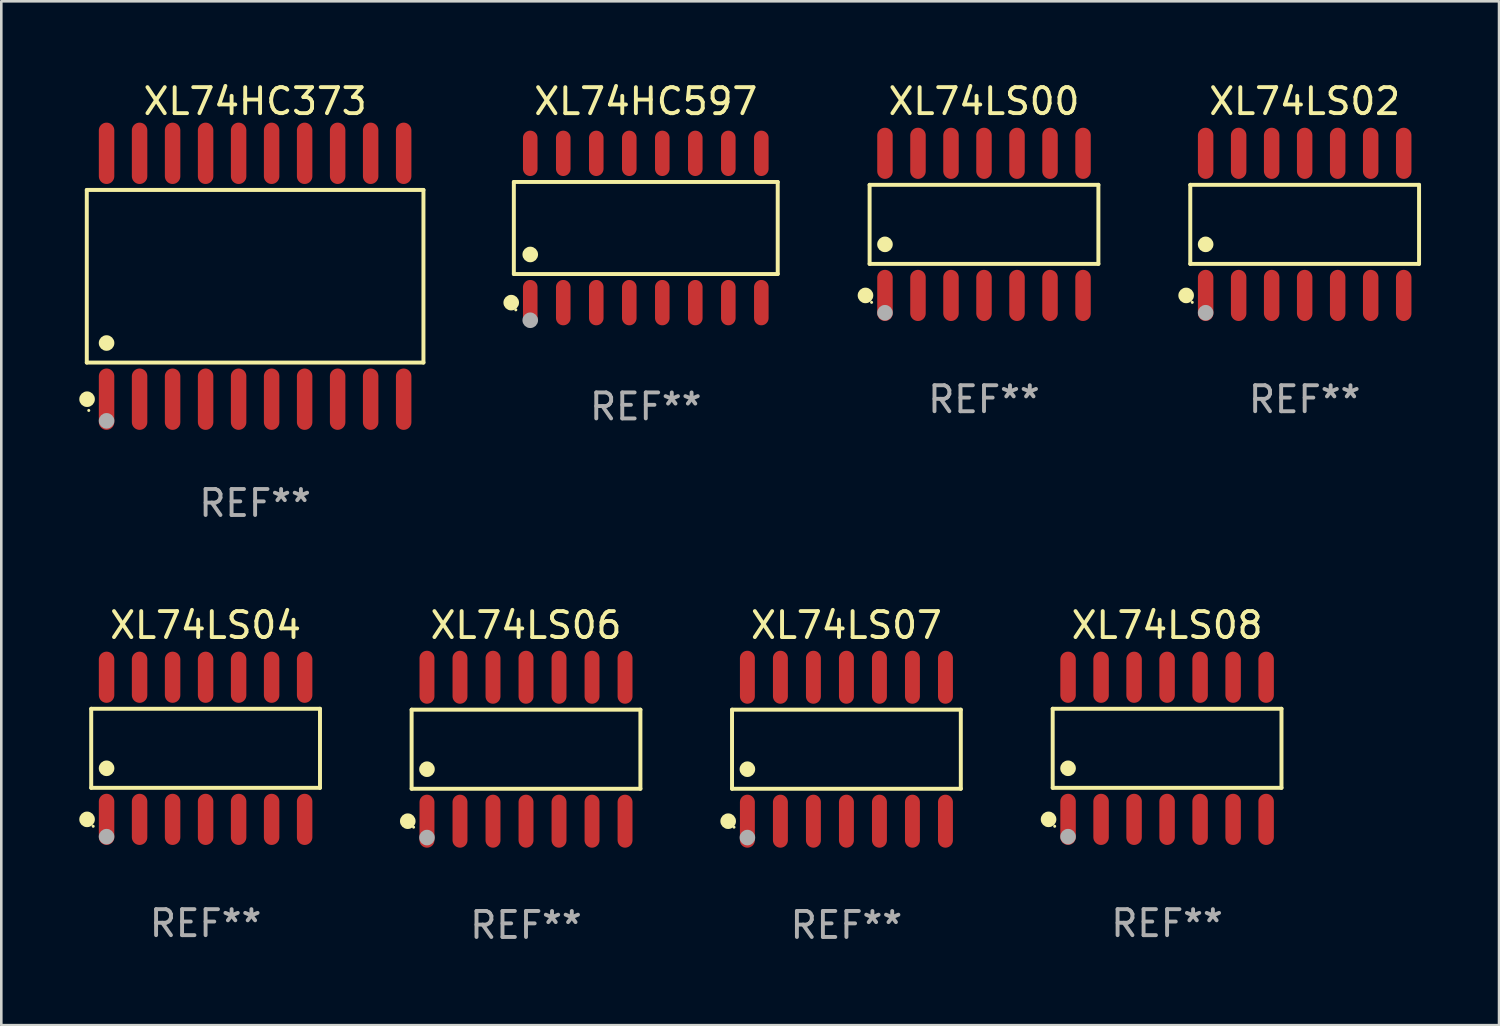
<source format=kicad_pcb>
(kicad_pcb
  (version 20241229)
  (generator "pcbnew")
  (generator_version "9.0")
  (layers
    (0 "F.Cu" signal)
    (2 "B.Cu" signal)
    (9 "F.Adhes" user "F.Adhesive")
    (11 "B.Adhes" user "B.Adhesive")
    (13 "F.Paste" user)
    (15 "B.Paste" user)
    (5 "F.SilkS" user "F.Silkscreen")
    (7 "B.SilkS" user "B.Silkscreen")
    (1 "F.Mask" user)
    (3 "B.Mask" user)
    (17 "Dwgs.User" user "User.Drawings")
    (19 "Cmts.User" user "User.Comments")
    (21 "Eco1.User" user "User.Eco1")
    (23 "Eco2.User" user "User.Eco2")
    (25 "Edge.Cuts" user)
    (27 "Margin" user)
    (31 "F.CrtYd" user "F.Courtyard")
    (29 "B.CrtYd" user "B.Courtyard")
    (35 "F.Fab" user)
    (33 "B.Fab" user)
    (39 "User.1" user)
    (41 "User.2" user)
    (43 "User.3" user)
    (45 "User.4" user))
  (footprint "XL74HC597"
    (layer "F.Cu")
    (at 21.795 5.721)
    (property "Reference" "XL74HC597" (at 0 -4.872 0) (layer "F.SilkS") (effects (font (size 1 1) (thickness 0.15))))
    (attr through_hole)
    (fp_line (start -5.076 -1.771) (end 5.076 -1.771) (stroke (width 0.152) (type solid)) (layer "F.SilkS"))
    (fp_line (start -5.076 1.771) (end -5.076 -1.771) (stroke (width 0.152) (type solid)) (layer "F.SilkS"))
    (fp_line (start 5.076 -1.771) (end 5.076 1.771) (stroke (width 0.152) (type solid)) (layer "F.SilkS"))
    (fp_line (start 5.076 1.771) (end -5.076 1.771) (stroke (width 0.152) (type solid)) (layer "F.SilkS"))
    (fp_circle (center -5.177 2.872) (end -5.027 2.872) (stroke (width 0.3) (type solid)) (fill no) (layer "F.SilkS"))
    (fp_circle (center -5 3.15) (end -4.97 3.15) (stroke (width 0.06) (type solid)) (fill no) (layer "F.SilkS"))
    (fp_circle (center -4.445 1.019) (end -4.295 1.019) (stroke (width 0.3) (type solid)) (fill no) (layer "F.SilkS"))
    (fp_circle (center -4.445 3.55) (end -4.295 3.55) (stroke (width 0.3) (type solid)) (fill no) (layer "F.Fab"))
    (fp_text user "REF**" (at 0 6.872 0) (layer "F.Fab") (effects (font (size 1 1) (thickness 0.15))))
    (pad "1" smd oval (at -4.445 2.872) (size 0.56 1.745) (layers "F.Cu" "F.Mask" "F.Paste"))
    (pad "2" smd oval (at -3.175 2.872) (size 0.56 1.745) (layers "F.Cu" "F.Mask" "F.Paste"))
    (pad "3" smd oval (at -1.905 2.872) (size 0.56 1.745) (layers "F.Cu" "F.Mask" "F.Paste"))
    (pad "4" smd oval (at -0.635 2.872) (size 0.56 1.745) (layers "F.Cu" "F.Mask" "F.Paste"))
    (pad "5" smd oval (at 0.635 2.872) (size 0.56 1.745) (layers "F.Cu" "F.Mask" "F.Paste"))
    (pad "6" smd oval (at 1.905 2.872) (size 0.56 1.745) (layers "F.Cu" "F.Mask" "F.Paste"))
    (pad "7" smd oval (at 3.175 2.872) (size 0.56 1.745) (layers "F.Cu" "F.Mask" "F.Paste"))
    (pad "8" smd oval (at 4.445 2.872) (size 0.56 1.745) (layers "F.Cu" "F.Mask" "F.Paste"))
    (pad "9" smd oval (at 4.445 -2.872) (size 0.56 1.745) (layers "F.Cu" "F.Mask" "F.Paste"))
    (pad "10" smd oval (at 3.175 -2.872) (size 0.56 1.745) (layers "F.Cu" "F.Mask" "F.Paste"))
    (pad "11" smd oval (at 1.905 -2.872) (size 0.56 1.745) (layers "F.Cu" "F.Mask" "F.Paste"))
    (pad "12" smd oval (at 0.635 -2.872) (size 0.56 1.745) (layers "F.Cu" "F.Mask" "F.Paste"))
    (pad "13" smd oval (at -0.635 -2.872) (size 0.56 1.745) (layers "F.Cu" "F.Mask" "F.Paste"))
    (pad "14" smd oval (at -1.905 -2.872) (size 0.56 1.745) (layers "F.Cu" "F.Mask" "F.Paste"))
    (pad "15" smd oval (at -3.175 -2.872) (size 0.56 1.745) (layers "F.Cu" "F.Mask" "F.Paste"))
    (pad "16" smd oval (at -4.445 -2.872) (size 0.56 1.745) (layers "F.Cu" "F.Mask" "F.Paste")))
  (footprint "XL74LS08"
    (layer "F.Cu")
    (at 41.851 25.739)
    (property "Reference" "XL74LS08" (at 0 -4.734 0) (layer "F.SilkS") (effects (font (size 1 1) (thickness 0.15))))
    (attr through_hole)
    (fp_line (start -4.401 -1.521) (end 4.401 -1.521) (stroke (width 0.152) (type solid)) (layer "F.SilkS"))
    (fp_line (start -4.401 1.521) (end -4.401 -1.521) (stroke (width 0.152) (type solid)) (layer "F.SilkS"))
    (fp_line (start 4.401 -1.521) (end 4.401 1.521) (stroke (width 0.152) (type solid)) (layer "F.SilkS"))
    (fp_line (start 4.401 1.521) (end -4.401 1.521) (stroke (width 0.152) (type solid)) (layer "F.SilkS"))
    (fp_circle (center -4.56 2.734) (end -4.41 2.734) (stroke (width 0.3) (type solid)) (fill no) (layer "F.SilkS"))
    (fp_circle (center -4.325 3) (end -4.295 3) (stroke (width 0.06) (type solid)) (fill no) (layer "F.SilkS"))
    (fp_circle (center -3.81 0.769) (end -3.66 0.769) (stroke (width 0.3) (type solid)) (fill no) (layer "F.SilkS"))
    (fp_circle (center -3.81 3.4) (end -3.66 3.4) (stroke (width 0.3) (type solid)) (fill no) (layer "F.Fab"))
    (fp_text user "REF**" (at 0 6.734 0) (layer "F.Fab") (effects (font (size 1 1) (thickness 0.15))))
    (pad "1" smd oval (at -3.81 2.734) (size 0.595 1.968) (layers "F.Cu" "F.Mask" "F.Paste"))
    (pad "2" smd oval (at -2.54 2.734) (size 0.595 1.968) (layers "F.Cu" "F.Mask" "F.Paste"))
    (pad "3" smd oval (at -1.27 2.734) (size 0.595 1.968) (layers "F.Cu" "F.Mask" "F.Paste"))
    (pad "4" smd oval (at 0 2.734) (size 0.595 1.968) (layers "F.Cu" "F.Mask" "F.Paste"))
    (pad "5" smd oval (at 1.27 2.734) (size 0.595 1.968) (layers "F.Cu" "F.Mask" "F.Paste"))
    (pad "6" smd oval (at 2.54 2.734) (size 0.595 1.968) (layers "F.Cu" "F.Mask" "F.Paste"))
    (pad "7" smd oval (at 3.81 2.734) (size 0.595 1.968) (layers "F.Cu" "F.Mask" "F.Paste"))
    (pad "8" smd oval (at 3.81 -2.734) (size 0.595 1.968) (layers "F.Cu" "F.Mask" "F.Paste"))
    (pad "9" smd oval (at 2.54 -2.734) (size 0.595 1.968) (layers "F.Cu" "F.Mask" "F.Paste"))
    (pad "10" smd oval (at 1.27 -2.734) (size 0.595 1.968) (layers "F.Cu" "F.Mask" "F.Paste"))
    (pad "11" smd oval (at 0 -2.734) (size 0.595 1.968) (layers "F.Cu" "F.Mask" "F.Paste"))
    (pad "12" smd oval (at -1.27 -2.734) (size 0.595 1.968) (layers "F.Cu" "F.Mask" "F.Paste"))
    (pad "13" smd oval (at -2.54 -2.734) (size 0.595 1.968) (layers "F.Cu" "F.Mask" "F.Paste"))
    (pad "14" smd oval (at -3.81 -2.734) (size 0.595 1.968) (layers "F.Cu" "F.Mask" "F.Paste")))
  (footprint "XL74LS07"
    (layer "F.Cu")
    (at 29.514 25.774)
    (property "Reference" "XL74LS07" (at 0 -4.769 0) (layer "F.SilkS") (effects (font (size 1 1) (thickness 0.15))))
    (attr through_hole)
    (fp_line (start -4.401 -1.521) (end 4.401 -1.521) (stroke (width 0.152) (type solid)) (layer "F.SilkS"))
    (fp_line (start -4.401 1.521) (end -4.401 -1.521) (stroke (width 0.152) (type solid)) (layer "F.SilkS"))
    (fp_line (start 4.401 -1.521) (end 4.401 1.521) (stroke (width 0.152) (type solid)) (layer "F.SilkS"))
    (fp_line (start 4.401 1.521) (end -4.401 1.521) (stroke (width 0.152) (type solid)) (layer "F.SilkS"))
    (fp_circle (center -4.549 2.769) (end -4.399 2.769) (stroke (width 0.3) (type solid)) (fill no) (layer "F.SilkS"))
    (fp_circle (center -4.325 3) (end -4.295 3) (stroke (width 0.06) (type solid)) (fill no) (layer "F.SilkS"))
    (fp_circle (center -3.81 0.769) (end -3.66 0.769) (stroke (width 0.3) (type solid)) (fill no) (layer "F.SilkS"))
    (fp_circle (center -3.81 3.4) (end -3.66 3.4) (stroke (width 0.3) (type solid)) (fill no) (layer "F.Fab"))
    (fp_text user "REF**" (at 0 6.769 0) (layer "F.Fab") (effects (font (size 1 1) (thickness 0.15))))
    (pad "1" smd oval (at -3.81 2.769) (size 0.574 2.038) (layers "F.Cu" "F.Mask" "F.Paste"))
    (pad "2" smd oval (at -2.54 2.769) (size 0.574 2.038) (layers "F.Cu" "F.Mask" "F.Paste"))
    (pad "3" smd oval (at -1.27 2.769) (size 0.574 2.038) (layers "F.Cu" "F.Mask" "F.Paste"))
    (pad "4" smd oval (at 0 2.769) (size 0.574 2.038) (layers "F.Cu" "F.Mask" "F.Paste"))
    (pad "5" smd oval (at 1.27 2.769) (size 0.574 2.038) (layers "F.Cu" "F.Mask" "F.Paste"))
    (pad "6" smd oval (at 2.54 2.769) (size 0.574 2.038) (layers "F.Cu" "F.Mask" "F.Paste"))
    (pad "7" smd oval (at 3.81 2.769) (size 0.574 2.038) (layers "F.Cu" "F.Mask" "F.Paste"))
    (pad "8" smd oval (at 3.81 -2.769) (size 0.574 2.038) (layers "F.Cu" "F.Mask" "F.Paste"))
    (pad "9" smd oval (at 2.54 -2.769) (size 0.574 2.038) (layers "F.Cu" "F.Mask" "F.Paste"))
    (pad "10" smd oval (at 1.27 -2.769) (size 0.574 2.038) (layers "F.Cu" "F.Mask" "F.Paste"))
    (pad "11" smd oval (at 0 -2.769) (size 0.574 2.038) (layers "F.Cu" "F.Mask" "F.Paste"))
    (pad "12" smd oval (at -1.27 -2.769) (size 0.574 2.038) (layers "F.Cu" "F.Mask" "F.Paste"))
    (pad "13" smd oval (at -2.54 -2.769) (size 0.574 2.038) (layers "F.Cu" "F.Mask" "F.Paste"))
    (pad "14" smd oval (at -3.81 -2.769) (size 0.574 2.038) (layers "F.Cu" "F.Mask" "F.Paste")))
  (footprint "XL74HC373"
    (layer "F.Cu")
    (at 6.765 7.578)
    (property "Reference" "XL74HC373" (at 0 -6.73 0) (layer "F.SilkS") (effects (font (size 1 1) (thickness 0.15))))
    (attr through_hole)
    (fp_line (start -6.476 -3.321) (end 6.476 -3.321) (stroke (width 0.152) (type solid)) (layer "F.SilkS"))
    (fp_line (start -6.476 3.321) (end -6.476 -3.321) (stroke (width 0.152) (type solid)) (layer "F.SilkS"))
    (fp_line (start 6.476 -3.321) (end 6.476 3.321) (stroke (width 0.152) (type solid)) (layer "F.SilkS"))
    (fp_line (start 6.476 3.321) (end -6.476 3.321) (stroke (width 0.152) (type solid)) (layer "F.SilkS"))
    (fp_circle (center -6.465 4.73) (end -6.315 4.73) (stroke (width 0.3) (type solid)) (fill no) (layer "F.SilkS"))
    (fp_circle (center -6.4 5.163) (end -6.37 5.163) (stroke (width 0.06) (type solid)) (fill no) (layer "F.SilkS"))
    (fp_circle (center -5.715 2.569) (end -5.565 2.569) (stroke (width 0.3) (type solid)) (fill no) (layer "F.SilkS"))
    (fp_circle (center -5.715 5.563) (end -5.565 5.563) (stroke (width 0.3) (type solid)) (fill no) (layer "F.Fab"))
    (fp_text user "REF**" (at 0 8.73 0) (layer "F.Fab") (effects (font (size 1 1) (thickness 0.15))))
    (pad "1" smd oval (at -5.715 4.73) (size 0.595 2.36) (layers "F.Cu" "F.Mask" "F.Paste"))
    (pad "2" smd oval (at -4.445 4.73) (size 0.595 2.36) (layers "F.Cu" "F.Mask" "F.Paste"))
    (pad "3" smd oval (at -3.175 4.73) (size 0.595 2.36) (layers "F.Cu" "F.Mask" "F.Paste"))
    (pad "4" smd oval (at -1.905 4.73) (size 0.595 2.36) (layers "F.Cu" "F.Mask" "F.Paste"))
    (pad "5" smd oval (at -0.635 4.73) (size 0.595 2.36) (layers "F.Cu" "F.Mask" "F.Paste"))
    (pad "6" smd oval (at 0.635 4.73) (size 0.595 2.36) (layers "F.Cu" "F.Mask" "F.Paste"))
    (pad "7" smd oval (at 1.905 4.73) (size 0.595 2.36) (layers "F.Cu" "F.Mask" "F.Paste"))
    (pad "8" smd oval (at 3.175 4.73) (size 0.595 2.36) (layers "F.Cu" "F.Mask" "F.Paste"))
    (pad "9" smd oval (at 4.445 4.73) (size 0.595 2.36) (layers "F.Cu" "F.Mask" "F.Paste"))
    (pad "10" smd oval (at 5.715 4.73) (size 0.595 2.36) (layers "F.Cu" "F.Mask" "F.Paste"))
    (pad "11" smd oval (at 5.715 -4.73) (size 0.595 2.36) (layers "F.Cu" "F.Mask" "F.Paste"))
    (pad "12" smd oval (at 4.445 -4.73) (size 0.595 2.36) (layers "F.Cu" "F.Mask" "F.Paste"))
    (pad "13" smd oval (at 3.175 -4.73) (size 0.595 2.36) (layers "F.Cu" "F.Mask" "F.Paste"))
    (pad "14" smd oval (at 1.905 -4.73) (size 0.595 2.36) (layers "F.Cu" "F.Mask" "F.Paste"))
    (pad "15" smd oval (at 0.635 -4.73) (size 0.595 2.36) (layers "F.Cu" "F.Mask" "F.Paste"))
    (pad "16" smd oval (at -0.635 -4.73) (size 0.595 2.36) (layers "F.Cu" "F.Mask" "F.Paste"))
    (pad "17" smd oval (at -1.905 -4.73) (size 0.595 2.36) (layers "F.Cu" "F.Mask" "F.Paste"))
    (pad "18" smd oval (at -3.175 -4.73) (size 0.595 2.36) (layers "F.Cu" "F.Mask" "F.Paste"))
    (pad "19" smd oval (at -4.445 -4.73) (size 0.595 2.36) (layers "F.Cu" "F.Mask" "F.Paste"))
    (pad "20" smd oval (at -5.715 -4.73) (size 0.595 2.36) (layers "F.Cu" "F.Mask" "F.Paste")))
  (footprint "XL74LS00"
    (layer "F.Cu")
    (at 34.807 5.582)
    (property "Reference" "XL74LS00" (at 0 -4.734 0) (layer "F.SilkS") (effects (font (size 1 1) (thickness 0.15))))
    (attr through_hole)
    (fp_line (start -4.401 -1.521) (end 4.401 -1.521) (stroke (width 0.152) (type solid)) (layer "F.SilkS"))
    (fp_line (start -4.401 1.521) (end -4.401 -1.521) (stroke (width 0.152) (type solid)) (layer "F.SilkS"))
    (fp_line (start 4.401 -1.521) (end 4.401 1.521) (stroke (width 0.152) (type solid)) (layer "F.SilkS"))
    (fp_line (start 4.401 1.521) (end -4.401 1.521) (stroke (width 0.152) (type solid)) (layer "F.SilkS"))
    (fp_circle (center -4.56 2.734) (end -4.41 2.734) (stroke (width 0.3) (type solid)) (fill no) (layer "F.SilkS"))
    (fp_circle (center -4.325 3) (end -4.295 3) (stroke (width 0.06) (type solid)) (fill no) (layer "F.SilkS"))
    (fp_circle (center -3.81 0.769) (end -3.66 0.769) (stroke (width 0.3) (type solid)) (fill no) (layer "F.SilkS"))
    (fp_circle (center -3.81 3.4) (end -3.66 3.4) (stroke (width 0.3) (type solid)) (fill no) (layer "F.Fab"))
    (fp_text user "REF**" (at 0 6.734 0) (layer "F.Fab") (effects (font (size 1 1) (thickness 0.15))))
    (pad "1" smd oval (at -3.81 2.734) (size 0.595 1.968) (layers "F.Cu" "F.Mask" "F.Paste"))
    (pad "2" smd oval (at -2.54 2.734) (size 0.595 1.968) (layers "F.Cu" "F.Mask" "F.Paste"))
    (pad "3" smd oval (at -1.27 2.734) (size 0.595 1.968) (layers "F.Cu" "F.Mask" "F.Paste"))
    (pad "4" smd oval (at 0 2.734) (size 0.595 1.968) (layers "F.Cu" "F.Mask" "F.Paste"))
    (pad "5" smd oval (at 1.27 2.734) (size 0.595 1.968) (layers "F.Cu" "F.Mask" "F.Paste"))
    (pad "6" smd oval (at 2.54 2.734) (size 0.595 1.968) (layers "F.Cu" "F.Mask" "F.Paste"))
    (pad "7" smd oval (at 3.81 2.734) (size 0.595 1.968) (layers "F.Cu" "F.Mask" "F.Paste"))
    (pad "8" smd oval (at 3.81 -2.734) (size 0.595 1.968) (layers "F.Cu" "F.Mask" "F.Paste"))
    (pad "9" smd oval (at 2.54 -2.734) (size 0.595 1.968) (layers "F.Cu" "F.Mask" "F.Paste"))
    (pad "10" smd oval (at 1.27 -2.734) (size 0.595 1.968) (layers "F.Cu" "F.Mask" "F.Paste"))
    (pad "11" smd oval (at 0 -2.734) (size 0.595 1.968) (layers "F.Cu" "F.Mask" "F.Paste"))
    (pad "12" smd oval (at -1.27 -2.734) (size 0.595 1.968) (layers "F.Cu" "F.Mask" "F.Paste"))
    (pad "13" smd oval (at -2.54 -2.734) (size 0.595 1.968) (layers "F.Cu" "F.Mask" "F.Paste"))
    (pad "14" smd oval (at -3.81 -2.734) (size 0.595 1.968) (layers "F.Cu" "F.Mask" "F.Paste")))
  (footprint "XL74LS04"
    (layer "F.Cu")
    (at 4.86 25.739)
    (property "Reference" "XL74LS04" (at 0 -4.734 0) (layer "F.SilkS") (effects (font (size 1 1) (thickness 0.15))))
    (attr through_hole)
    (fp_line (start -4.401 -1.521) (end 4.401 -1.521) (stroke (width 0.152) (type solid)) (layer "F.SilkS"))
    (fp_line (start -4.401 1.521) (end -4.401 -1.521) (stroke (width 0.152) (type solid)) (layer "F.SilkS"))
    (fp_line (start 4.401 -1.521) (end 4.401 1.521) (stroke (width 0.152) (type solid)) (layer "F.SilkS"))
    (fp_line (start 4.401 1.521) (end -4.401 1.521) (stroke (width 0.152) (type solid)) (layer "F.SilkS"))
    (fp_circle (center -4.56 2.734) (end -4.41 2.734) (stroke (width 0.3) (type solid)) (fill no) (layer "F.SilkS"))
    (fp_circle (center -4.325 3) (end -4.295 3) (stroke (width 0.06) (type solid)) (fill no) (layer "F.SilkS"))
    (fp_circle (center -3.81 0.769) (end -3.66 0.769) (stroke (width 0.3) (type solid)) (fill no) (layer "F.SilkS"))
    (fp_circle (center -3.81 3.4) (end -3.66 3.4) (stroke (width 0.3) (type solid)) (fill no) (layer "F.Fab"))
    (fp_text user "REF**" (at 0 6.734 0) (layer "F.Fab") (effects (font (size 1 1) (thickness 0.15))))
    (pad "1" smd oval (at -3.81 2.734) (size 0.595 1.968) (layers "F.Cu" "F.Mask" "F.Paste"))
    (pad "2" smd oval (at -2.54 2.734) (size 0.595 1.968) (layers "F.Cu" "F.Mask" "F.Paste"))
    (pad "3" smd oval (at -1.27 2.734) (size 0.595 1.968) (layers "F.Cu" "F.Mask" "F.Paste"))
    (pad "4" smd oval (at 0 2.734) (size 0.595 1.968) (layers "F.Cu" "F.Mask" "F.Paste"))
    (pad "5" smd oval (at 1.27 2.734) (size 0.595 1.968) (layers "F.Cu" "F.Mask" "F.Paste"))
    (pad "6" smd oval (at 2.54 2.734) (size 0.595 1.968) (layers "F.Cu" "F.Mask" "F.Paste"))
    (pad "7" smd oval (at 3.81 2.734) (size 0.595 1.968) (layers "F.Cu" "F.Mask" "F.Paste"))
    (pad "8" smd oval (at 3.81 -2.734) (size 0.595 1.968) (layers "F.Cu" "F.Mask" "F.Paste"))
    (pad "9" smd oval (at 2.54 -2.734) (size 0.595 1.968) (layers "F.Cu" "F.Mask" "F.Paste"))
    (pad "10" smd oval (at 1.27 -2.734) (size 0.595 1.968) (layers "F.Cu" "F.Mask" "F.Paste"))
    (pad "11" smd oval (at 0 -2.734) (size 0.595 1.968) (layers "F.Cu" "F.Mask" "F.Paste"))
    (pad "12" smd oval (at -1.27 -2.734) (size 0.595 1.968) (layers "F.Cu" "F.Mask" "F.Paste"))
    (pad "13" smd oval (at -2.54 -2.734) (size 0.595 1.968) (layers "F.Cu" "F.Mask" "F.Paste"))
    (pad "14" smd oval (at -3.81 -2.734) (size 0.595 1.968) (layers "F.Cu" "F.Mask" "F.Paste")))
  (footprint "XL74LS06"
    (layer "F.Cu")
    (at 17.187 25.774)
    (property "Reference" "XL74LS06" (at 0 -4.769 0) (layer "F.SilkS") (effects (font (size 1 1) (thickness 0.15))))
    (attr through_hole)
    (fp_line (start -4.401 -1.521) (end 4.401 -1.521) (stroke (width 0.152) (type solid)) (layer "F.SilkS"))
    (fp_line (start -4.401 1.521) (end -4.401 -1.521) (stroke (width 0.152) (type solid)) (layer "F.SilkS"))
    (fp_line (start 4.401 -1.521) (end 4.401 1.521) (stroke (width 0.152) (type solid)) (layer "F.SilkS"))
    (fp_line (start 4.401 1.521) (end -4.401 1.521) (stroke (width 0.152) (type solid)) (layer "F.SilkS"))
    (fp_circle (center -4.549 2.769) (end -4.399 2.769) (stroke (width 0.3) (type solid)) (fill no) (layer "F.SilkS"))
    (fp_circle (center -4.325 3) (end -4.295 3) (stroke (width 0.06) (type solid)) (fill no) (layer "F.SilkS"))
    (fp_circle (center -3.81 0.769) (end -3.66 0.769) (stroke (width 0.3) (type solid)) (fill no) (layer "F.SilkS"))
    (fp_circle (center -3.81 3.4) (end -3.66 3.4) (stroke (width 0.3) (type solid)) (fill no) (layer "F.Fab"))
    (fp_text user "REF**" (at 0 6.769 0) (layer "F.Fab") (effects (font (size 1 1) (thickness 0.15))))
    (pad "1" smd oval (at -3.81 2.769) (size 0.574 2.038) (layers "F.Cu" "F.Mask" "F.Paste"))
    (pad "2" smd oval (at -2.54 2.769) (size 0.574 2.038) (layers "F.Cu" "F.Mask" "F.Paste"))
    (pad "3" smd oval (at -1.27 2.769) (size 0.574 2.038) (layers "F.Cu" "F.Mask" "F.Paste"))
    (pad "4" smd oval (at 0 2.769) (size 0.574 2.038) (layers "F.Cu" "F.Mask" "F.Paste"))
    (pad "5" smd oval (at 1.27 2.769) (size 0.574 2.038) (layers "F.Cu" "F.Mask" "F.Paste"))
    (pad "6" smd oval (at 2.54 2.769) (size 0.574 2.038) (layers "F.Cu" "F.Mask" "F.Paste"))
    (pad "7" smd oval (at 3.81 2.769) (size 0.574 2.038) (layers "F.Cu" "F.Mask" "F.Paste"))
    (pad "8" smd oval (at 3.81 -2.769) (size 0.574 2.038) (layers "F.Cu" "F.Mask" "F.Paste"))
    (pad "9" smd oval (at 2.54 -2.769) (size 0.574 2.038) (layers "F.Cu" "F.Mask" "F.Paste"))
    (pad "10" smd oval (at 1.27 -2.769) (size 0.574 2.038) (layers "F.Cu" "F.Mask" "F.Paste"))
    (pad "11" smd oval (at 0 -2.769) (size 0.574 2.038) (layers "F.Cu" "F.Mask" "F.Paste"))
    (pad "12" smd oval (at -1.27 -2.769) (size 0.574 2.038) (layers "F.Cu" "F.Mask" "F.Paste"))
    (pad "13" smd oval (at -2.54 -2.769) (size 0.574 2.038) (layers "F.Cu" "F.Mask" "F.Paste"))
    (pad "14" smd oval (at -3.81 -2.769) (size 0.574 2.038) (layers "F.Cu" "F.Mask" "F.Paste")))
  (footprint "XL74LS02"
    (layer "F.Cu")
    (at 47.144 5.582)
    (property "Reference" "XL74LS02" (at 0 -4.734 0) (layer "F.SilkS") (effects (font (size 1 1) (thickness 0.15))))
    (attr through_hole)
    (fp_line (start -4.401 -1.521) (end 4.401 -1.521) (stroke (width 0.152) (type solid)) (layer "F.SilkS"))
    (fp_line (start -4.401 1.521) (end -4.401 -1.521) (stroke (width 0.152) (type solid)) (layer "F.SilkS"))
    (fp_line (start 4.401 -1.521) (end 4.401 1.521) (stroke (width 0.152) (type solid)) (layer "F.SilkS"))
    (fp_line (start 4.401 1.521) (end -4.401 1.521) (stroke (width 0.152) (type solid)) (layer "F.SilkS"))
    (fp_circle (center -4.56 2.734) (end -4.41 2.734) (stroke (width 0.3) (type solid)) (fill no) (layer "F.SilkS"))
    (fp_circle (center -4.325 3) (end -4.295 3) (stroke (width 0.06) (type solid)) (fill no) (layer "F.SilkS"))
    (fp_circle (center -3.81 0.769) (end -3.66 0.769) (stroke (width 0.3) (type solid)) (fill no) (layer "F.SilkS"))
    (fp_circle (center -3.81 3.4) (end -3.66 3.4) (stroke (width 0.3) (type solid)) (fill no) (layer "F.Fab"))
    (fp_text user "REF**" (at 0 6.734 0) (layer "F.Fab") (effects (font (size 1 1) (thickness 0.15))))
    (pad "1" smd oval (at -3.81 2.734) (size 0.595 1.968) (layers "F.Cu" "F.Mask" "F.Paste"))
    (pad "2" smd oval (at -2.54 2.734) (size 0.595 1.968) (layers "F.Cu" "F.Mask" "F.Paste"))
    (pad "3" smd oval (at -1.27 2.734) (size 0.595 1.968) (layers "F.Cu" "F.Mask" "F.Paste"))
    (pad "4" smd oval (at 0 2.734) (size 0.595 1.968) (layers "F.Cu" "F.Mask" "F.Paste"))
    (pad "5" smd oval (at 1.27 2.734) (size 0.595 1.968) (layers "F.Cu" "F.Mask" "F.Paste"))
    (pad "6" smd oval (at 2.54 2.734) (size 0.595 1.968) (layers "F.Cu" "F.Mask" "F.Paste"))
    (pad "7" smd oval (at 3.81 2.734) (size 0.595 1.968) (layers "F.Cu" "F.Mask" "F.Paste"))
    (pad "8" smd oval (at 3.81 -2.734) (size 0.595 1.968) (layers "F.Cu" "F.Mask" "F.Paste"))
    (pad "9" smd oval (at 2.54 -2.734) (size 0.595 1.968) (layers "F.Cu" "F.Mask" "F.Paste"))
    (pad "10" smd oval (at 1.27 -2.734) (size 0.595 1.968) (layers "F.Cu" "F.Mask" "F.Paste"))
    (pad "11" smd oval (at 0 -2.734) (size 0.595 1.968) (layers "F.Cu" "F.Mask" "F.Paste"))
    (pad "12" smd oval (at -1.27 -2.734) (size 0.595 1.968) (layers "F.Cu" "F.Mask" "F.Paste"))
    (pad "13" smd oval (at -2.54 -2.734) (size 0.595 1.968) (layers "F.Cu" "F.Mask" "F.Paste"))
    (pad "14" smd oval (at -3.81 -2.734) (size 0.595 1.968) (layers "F.Cu" "F.Mask" "F.Paste")))
  (gr_rect
    (start -3 -3)
    (end 54.622 36.391)
    (stroke (width 0.1) (type default))
    (fill no)
    (layer "Edge.Cuts")))
</source>
